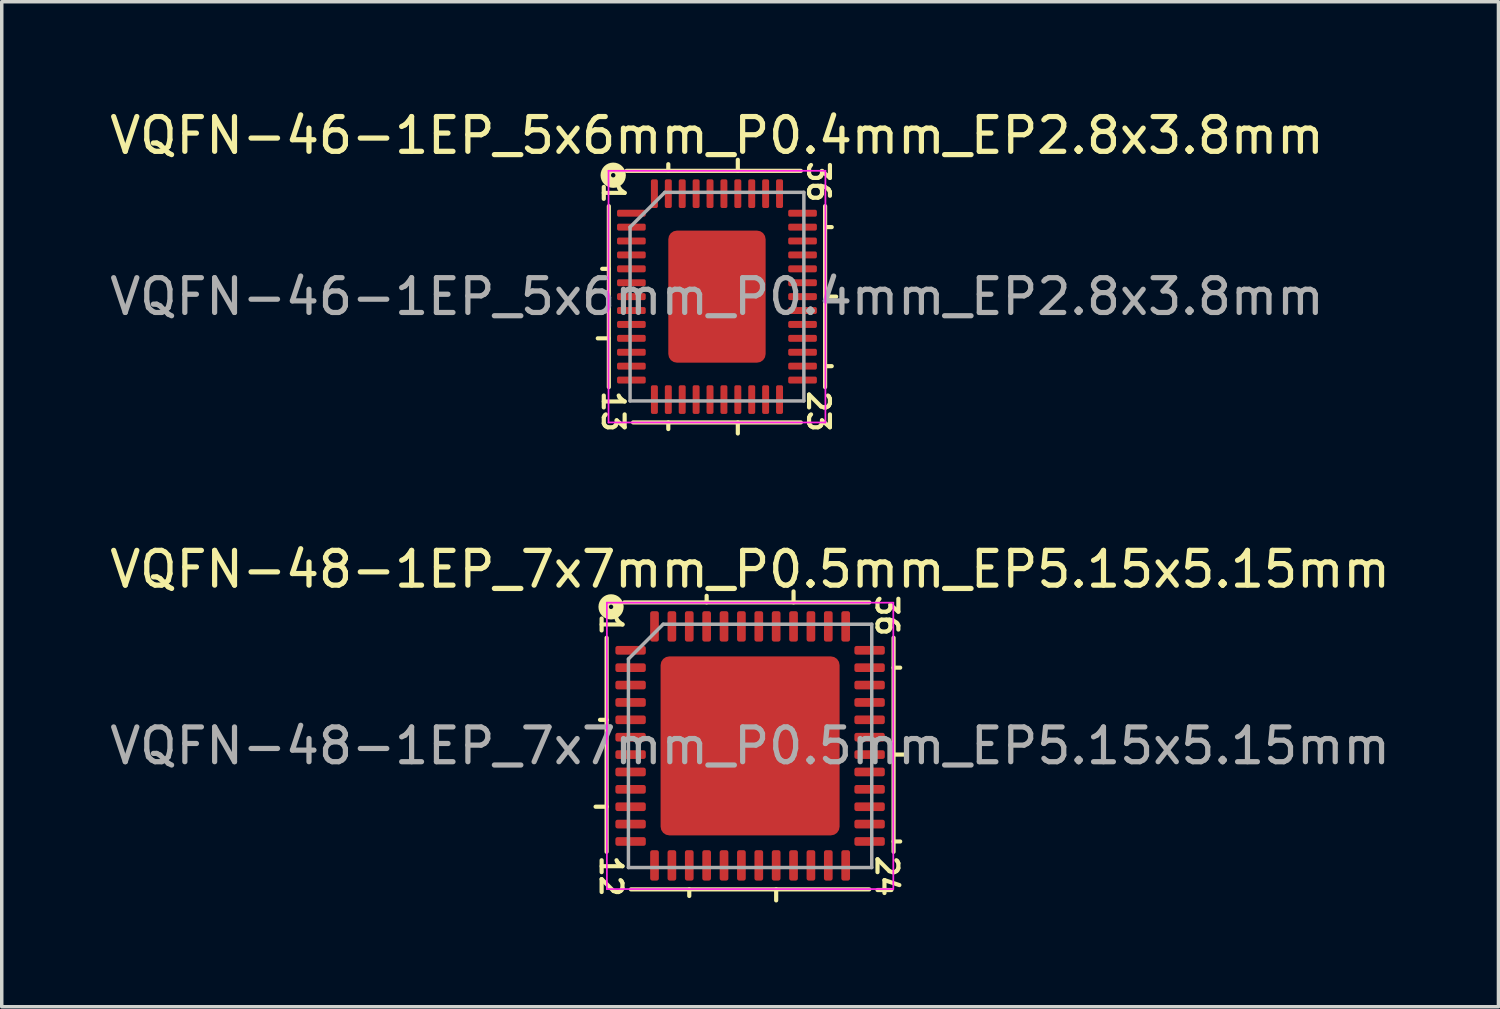
<source format=kicad_pcb>
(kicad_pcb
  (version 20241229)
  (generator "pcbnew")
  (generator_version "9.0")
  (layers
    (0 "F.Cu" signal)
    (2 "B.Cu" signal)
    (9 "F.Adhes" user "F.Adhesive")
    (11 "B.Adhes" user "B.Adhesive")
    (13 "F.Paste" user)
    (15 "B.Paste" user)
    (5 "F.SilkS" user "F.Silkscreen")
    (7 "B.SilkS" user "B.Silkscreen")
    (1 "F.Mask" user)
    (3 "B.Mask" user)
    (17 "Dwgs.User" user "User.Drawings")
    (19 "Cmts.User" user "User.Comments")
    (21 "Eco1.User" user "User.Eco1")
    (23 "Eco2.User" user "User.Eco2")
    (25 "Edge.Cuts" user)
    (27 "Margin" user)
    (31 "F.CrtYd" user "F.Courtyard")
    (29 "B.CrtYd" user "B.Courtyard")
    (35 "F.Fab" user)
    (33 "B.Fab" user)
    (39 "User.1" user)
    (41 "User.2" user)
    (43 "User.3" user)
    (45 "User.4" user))
  (footprint "VQFN-48-1EP_7x7mm_P0.5mm_EP5.15x5.15mm"
    (layer "F.Cu")
    (at 18.53 18.409)
    (property "Reference" "VQFN-48-1EP_7x7mm_P0.5mm_EP5.15x5.15mm" (at 0 -5.08 0) (layer "F.SilkS") (effects (font (size 1 1) (thickness 0.15))))
    (attr smd)
    (fp_line (start -4.128 -3.111) (end -4.128 3.048) (stroke (width 0.12) (type solid)) (layer "F.SilkS"))
    (fp_line (start -4.128 -0.75) (end -4.318 -0.75) (stroke (width 0.12) (type solid)) (layer "F.SilkS"))
    (fp_line (start -4.128 1.75) (end -4.445 1.75) (stroke (width 0.12) (type solid)) (layer "F.SilkS"))
    (fp_line (start -3.429 4.128) (end 3.429 4.128) (stroke (width 0.12) (type solid)) (layer "F.SilkS"))
    (fp_line (start -1.75 4.128) (end -1.75 4.318) (stroke (width 0.12) (type solid)) (layer "F.SilkS"))
    (fp_line (start -1.25 -4.128) (end -1.25 -4.318) (stroke (width 0.12) (type solid)) (layer "F.SilkS"))
    (fp_line (start 0.75 4.128) (end 0.75 4.445) (stroke (width 0.12) (type solid)) (layer "F.SilkS"))
    (fp_line (start 1.25 -4.128) (end 1.25 -4.445) (stroke (width 0.12) (type solid)) (layer "F.SilkS"))
    (fp_line (start 3.429 -4.128) (end -3.619 -4.128) (stroke (width 0.12) (type solid)) (layer "F.SilkS"))
    (fp_line (start 4.128 -2.25) (end 4.318 -2.25) (stroke (width 0.12) (type solid)) (layer "F.SilkS"))
    (fp_line (start 4.128 0.25) (end 4.445 0.25) (stroke (width 0.12) (type solid)) (layer "F.SilkS"))
    (fp_line (start 4.128 2.75) (end 4.318 2.75) (stroke (width 0.12) (type solid)) (layer "F.SilkS"))
    (fp_line (start 4.128 3.048) (end 4.128 -3.111) (stroke (width 0.12) (type solid)) (layer "F.SilkS"))
    (fp_circle (center -4 -4) (end -3.937 -4) (stroke (width 0.3) (type solid)) (fill no) (layer "F.SilkS"))
    (fp_line (start -4.12 -4.12) (end -4.12 4.12) (stroke (width 0.05) (type solid)) (layer "F.CrtYd"))
    (fp_line (start -4.12 4.12) (end 4.12 4.12) (stroke (width 0.05) (type solid)) (layer "F.CrtYd"))
    (fp_line (start 4.12 -4.12) (end -4.12 -4.12) (stroke (width 0.05) (type solid)) (layer "F.CrtYd"))
    (fp_line (start 4.12 4.12) (end 4.12 -4.12) (stroke (width 0.05) (type solid)) (layer "F.CrtYd"))
    (fp_line (start -3.5 -2.5) (end -2.5 -3.5) (stroke (width 0.1) (type solid)) (layer "F.Fab"))
    (fp_line (start -3.5 3.5) (end -3.5 -2.5) (stroke (width 0.1) (type solid)) (layer "F.Fab"))
    (fp_line (start -2.5 -3.5) (end 3.5 -3.5) (stroke (width 0.1) (type solid)) (layer "F.Fab"))
    (fp_line (start 3.5 -3.5) (end 3.5 3.5) (stroke (width 0.1) (type solid)) (layer "F.Fab"))
    (fp_line (start 3.5 3.5) (end -3.5 3.5) (stroke (width 0.1) (type solid)) (layer "F.Fab"))
    (fp_text user "1" (at -4 -3.493 270) (unlocked yes) (layer "F.SilkS") (effects (font (size 0.6 0.6) (thickness 0.12))))
    (fp_text user "36" (at 3.937 -3.747 270) (unlocked yes) (layer "F.SilkS") (effects (font (size 0.6 0.6) (thickness 0.12))))
    (fp_text user "12" (at -4 3.747 270) (unlocked yes) (layer "F.SilkS") (effects (font (size 0.6 0.6) (thickness 0.12))))
    (fp_text user "24" (at 3.937 3.747 270) (unlocked yes) (layer "F.SilkS") (effects (font (size 0.6 0.6) (thickness 0.12))))
    (fp_text user "${REFERENCE}" (at 0 0 0) (layer "F.Fab") (effects (font (size 1 1) (thickness 0.15))))
    (pad "" smd roundrect (at -1.29 -1.29) (size 2.08 2.08) (layers "F.Paste") (roundrect_rratio 0.12))
    (pad "" smd roundrect (at -1.29 1.29) (size 2.08 2.08) (layers "F.Paste") (roundrect_rratio 0.12))
    (pad "" smd roundrect (at 1.29 -1.29) (size 2.08 2.08) (layers "F.Paste") (roundrect_rratio 0.12))
    (pad "" smd roundrect (at 1.29 1.29) (size 2.08 2.08) (layers "F.Paste") (roundrect_rratio 0.12))
    (pad "1" smd roundrect (at -3.438 -2.75) (size 0.875 0.25) (layers "F.Cu" "F.Mask" "F.Paste") (roundrect_rratio 0.25))
    (pad "2" smd roundrect (at -3.438 -2.25) (size 0.875 0.25) (layers "F.Cu" "F.Mask" "F.Paste") (roundrect_rratio 0.25))
    (pad "3" smd roundrect (at -3.438 -1.75) (size 0.875 0.25) (layers "F.Cu" "F.Mask" "F.Paste") (roundrect_rratio 0.25))
    (pad "4" smd roundrect (at -3.438 -1.25) (size 0.875 0.25) (layers "F.Cu" "F.Mask" "F.Paste") (roundrect_rratio 0.25))
    (pad "5" smd roundrect (at -3.438 -0.75) (size 0.875 0.25) (layers "F.Cu" "F.Mask" "F.Paste") (roundrect_rratio 0.25))
    (pad "6" smd roundrect (at -3.438 -0.25) (size 0.875 0.25) (layers "F.Cu" "F.Mask" "F.Paste") (roundrect_rratio 0.25))
    (pad "7" smd roundrect (at -3.438 0.25) (size 0.875 0.25) (layers "F.Cu" "F.Mask" "F.Paste") (roundrect_rratio 0.25))
    (pad "8" smd roundrect (at -3.438 0.75) (size 0.875 0.25) (layers "F.Cu" "F.Mask" "F.Paste") (roundrect_rratio 0.25))
    (pad "9" smd roundrect (at -3.438 1.25) (size 0.875 0.25) (layers "F.Cu" "F.Mask" "F.Paste") (roundrect_rratio 0.25))
    (pad "10" smd roundrect (at -3.438 1.75) (size 0.875 0.25) (layers "F.Cu" "F.Mask" "F.Paste") (roundrect_rratio 0.25))
    (pad "11" smd roundrect (at -3.438 2.25) (size 0.875 0.25) (layers "F.Cu" "F.Mask" "F.Paste") (roundrect_rratio 0.25))
    (pad "12" smd roundrect (at -3.438 2.75) (size 0.875 0.25) (layers "F.Cu" "F.Mask" "F.Paste") (roundrect_rratio 0.25))
    (pad "13" smd roundrect (at -2.75 3.438) (size 0.25 0.875) (layers "F.Cu" "F.Mask" "F.Paste") (roundrect_rratio 0.25))
    (pad "14" smd roundrect (at -2.25 3.438) (size 0.25 0.875) (layers "F.Cu" "F.Mask" "F.Paste") (roundrect_rratio 0.25))
    (pad "15" smd roundrect (at -1.75 3.438) (size 0.25 0.875) (layers "F.Cu" "F.Mask" "F.Paste") (roundrect_rratio 0.25))
    (pad "16" smd roundrect (at -1.25 3.438) (size 0.25 0.875) (layers "F.Cu" "F.Mask" "F.Paste") (roundrect_rratio 0.25))
    (pad "17" smd roundrect (at -0.75 3.438) (size 0.25 0.875) (layers "F.Cu" "F.Mask" "F.Paste") (roundrect_rratio 0.25))
    (pad "18" smd roundrect (at -0.25 3.438) (size 0.25 0.875) (layers "F.Cu" "F.Mask" "F.Paste") (roundrect_rratio 0.25))
    (pad "19" smd roundrect (at 0.25 3.438) (size 0.25 0.875) (layers "F.Cu" "F.Mask" "F.Paste") (roundrect_rratio 0.25))
    (pad "20" smd roundrect (at 0.75 3.438) (size 0.25 0.875) (layers "F.Cu" "F.Mask" "F.Paste") (roundrect_rratio 0.25))
    (pad "21" smd roundrect (at 1.25 3.438) (size 0.25 0.875) (layers "F.Cu" "F.Mask" "F.Paste") (roundrect_rratio 0.25))
    (pad "22" smd roundrect (at 1.75 3.438) (size 0.25 0.875) (layers "F.Cu" "F.Mask" "F.Paste") (roundrect_rratio 0.25))
    (pad "23" smd roundrect (at 2.25 3.438) (size 0.25 0.875) (layers "F.Cu" "F.Mask" "F.Paste") (roundrect_rratio 0.25))
    (pad "24" smd roundrect (at 2.75 3.438) (size 0.25 0.875) (layers "F.Cu" "F.Mask" "F.Paste") (roundrect_rratio 0.25))
    (pad "25" smd roundrect (at 3.438 2.75) (size 0.875 0.25) (layers "F.Cu" "F.Mask" "F.Paste") (roundrect_rratio 0.25))
    (pad "26" smd roundrect (at 3.438 2.25) (size 0.875 0.25) (layers "F.Cu" "F.Mask" "F.Paste") (roundrect_rratio 0.25))
    (pad "27" smd roundrect (at 3.438 1.75) (size 0.875 0.25) (layers "F.Cu" "F.Mask" "F.Paste") (roundrect_rratio 0.25))
    (pad "28" smd roundrect (at 3.438 1.25) (size 0.875 0.25) (layers "F.Cu" "F.Mask" "F.Paste") (roundrect_rratio 0.25))
    (pad "29" smd roundrect (at 3.438 0.75) (size 0.875 0.25) (layers "F.Cu" "F.Mask" "F.Paste") (roundrect_rratio 0.25))
    (pad "30" smd roundrect (at 3.438 0.25) (size 0.875 0.25) (layers "F.Cu" "F.Mask" "F.Paste") (roundrect_rratio 0.25))
    (pad "31" smd roundrect (at 3.438 -0.25) (size 0.875 0.25) (layers "F.Cu" "F.Mask" "F.Paste") (roundrect_rratio 0.25))
    (pad "32" smd roundrect (at 3.438 -0.75) (size 0.875 0.25) (layers "F.Cu" "F.Mask" "F.Paste") (roundrect_rratio 0.25))
    (pad "33" smd roundrect (at 3.438 -1.25) (size 0.875 0.25) (layers "F.Cu" "F.Mask" "F.Paste") (roundrect_rratio 0.25))
    (pad "34" smd roundrect (at 3.438 -1.75) (size 0.875 0.25) (layers "F.Cu" "F.Mask" "F.Paste") (roundrect_rratio 0.25))
    (pad "35" smd roundrect (at 3.438 -2.25) (size 0.875 0.25) (layers "F.Cu" "F.Mask" "F.Paste") (roundrect_rratio 0.25))
    (pad "36" smd roundrect (at 3.438 -2.75) (size 0.875 0.25) (layers "F.Cu" "F.Mask" "F.Paste") (roundrect_rratio 0.25))
    (pad "37" smd roundrect (at 2.75 -3.438) (size 0.25 0.875) (layers "F.Cu" "F.Mask" "F.Paste") (roundrect_rratio 0.25))
    (pad "38" smd roundrect (at 2.25 -3.438) (size 0.25 0.875) (layers "F.Cu" "F.Mask" "F.Paste") (roundrect_rratio 0.25))
    (pad "39" smd roundrect (at 1.75 -3.438) (size 0.25 0.875) (layers "F.Cu" "F.Mask" "F.Paste") (roundrect_rratio 0.25))
    (pad "40" smd roundrect (at 1.25 -3.438) (size 0.25 0.875) (layers "F.Cu" "F.Mask" "F.Paste") (roundrect_rratio 0.25))
    (pad "41" smd roundrect (at 0.75 -3.438) (size 0.25 0.875) (layers "F.Cu" "F.Mask" "F.Paste") (roundrect_rratio 0.25))
    (pad "42" smd roundrect (at 0.25 -3.438) (size 0.25 0.875) (layers "F.Cu" "F.Mask" "F.Paste") (roundrect_rratio 0.25))
    (pad "43" smd roundrect (at -0.25 -3.438) (size 0.25 0.875) (layers "F.Cu" "F.Mask" "F.Paste") (roundrect_rratio 0.25))
    (pad "44" smd roundrect (at -0.75 -3.438) (size 0.25 0.875) (layers "F.Cu" "F.Mask" "F.Paste") (roundrect_rratio 0.25))
    (pad "45" smd roundrect (at -1.25 -3.438) (size 0.25 0.875) (layers "F.Cu" "F.Mask" "F.Paste") (roundrect_rratio 0.25))
    (pad "46" smd roundrect (at -1.75 -3.438) (size 0.25 0.875) (layers "F.Cu" "F.Mask" "F.Paste") (roundrect_rratio 0.25))
    (pad "47" smd roundrect (at -2.25 -3.438) (size 0.25 0.875) (layers "F.Cu" "F.Mask" "F.Paste") (roundrect_rratio 0.25))
    (pad "48" smd roundrect (at -2.75 -3.438) (size 0.25 0.875) (layers "F.Cu" "F.Mask" "F.Paste") (roundrect_rratio 0.25))
    (pad "49" smd roundrect (at 0 0) (size 5.15 5.15) (layers "F.Cu" "F.Mask") (roundrect_rratio 0.049)))
  (footprint "VQFN-46-1EP_5x6mm_P0.4mm_EP2.8x3.8mm"
    (layer "F.Cu")
    (at 17.577 5.484)
    (property "Reference" "VQFN-46-1EP_5x6mm_P0.4mm_EP2.8x3.8mm" (at 0 -4.636 0) (layer "F.SilkS") (effects (font (size 1 1) (thickness 0.15))))
    (attr smd)
    (fp_line (start -3.111 -2.603) (end -3.111 2.603) (stroke (width 0.12) (type solid)) (layer "F.SilkS"))
    (fp_line (start -3.111 -0.8) (end -3.302 -0.8) (stroke (width 0.12) (type solid)) (layer "F.SilkS"))
    (fp_line (start -3.111 1.2) (end -3.429 1.2) (stroke (width 0.12) (type solid)) (layer "F.SilkS"))
    (fp_line (start -2.413 3.619) (end 2.413 3.619) (stroke (width 0.12) (type solid)) (layer "F.SilkS"))
    (fp_line (start -1.4 -3.619) (end -1.4 -3.81) (stroke (width 0.12) (type solid)) (layer "F.SilkS"))
    (fp_line (start -1.4 3.619) (end -1.4 3.81) (stroke (width 0.12) (type solid)) (layer "F.SilkS"))
    (fp_line (start 0.6 -3.619) (end 0.6 -3.937) (stroke (width 0.12) (type solid)) (layer "F.SilkS"))
    (fp_line (start 0.6 3.619) (end 0.6 3.937) (stroke (width 0.12) (type solid)) (layer "F.SilkS"))
    (fp_line (start 2.413 -3.619) (end -2.603 -3.619) (stroke (width 0.12) (type solid)) (layer "F.SilkS"))
    (fp_line (start 3.111 -2) (end 3.302 -2) (stroke (width 0.12) (type solid)) (layer "F.SilkS"))
    (fp_line (start 3.111 0) (end 3.429 0) (stroke (width 0.12) (type solid)) (layer "F.SilkS"))
    (fp_line (start 3.111 2) (end 3.302 2) (stroke (width 0.12) (type solid)) (layer "F.SilkS"))
    (fp_line (start 3.111 2.603) (end 3.111 -2.603) (stroke (width 0.12) (type solid)) (layer "F.SilkS"))
    (fp_circle (center -2.985 -3.493) (end -2.921 -3.493) (stroke (width 0.3) (type solid)) (fill no) (layer "F.SilkS"))
    (fp_line (start -3.12 -3.62) (end -3.12 3.62) (stroke (width 0.05) (type solid)) (layer "F.CrtYd"))
    (fp_line (start -3.12 3.62) (end 3.12 3.62) (stroke (width 0.05) (type solid)) (layer "F.CrtYd"))
    (fp_line (start 3.12 -3.62) (end -3.12 -3.62) (stroke (width 0.05) (type solid)) (layer "F.CrtYd"))
    (fp_line (start 3.12 3.62) (end 3.12 -3.62) (stroke (width 0.05) (type solid)) (layer "F.CrtYd"))
    (fp_line (start -2.5 -2) (end -1.5 -3) (stroke (width 0.1) (type solid)) (layer "F.Fab"))
    (fp_line (start -2.5 3) (end -2.5 -2) (stroke (width 0.1) (type solid)) (layer "F.Fab"))
    (fp_line (start -1.5 -3) (end 2.5 -3) (stroke (width 0.1) (type solid)) (layer "F.Fab"))
    (fp_line (start 2.5 -3) (end 2.5 3) (stroke (width 0.1) (type solid)) (layer "F.Fab"))
    (fp_line (start 2.5 3) (end -2.5 3) (stroke (width 0.1) (type solid)) (layer "F.Fab"))
    (fp_text user "13" (at -2.985 3.302 270) (unlocked yes) (layer "F.SilkS") (effects (font (size 0.6 0.6) (thickness 0.12))))
    (fp_text user "36" (at 2.921 -3.302 270) (unlocked yes) (layer "F.SilkS") (effects (font (size 0.6 0.6) (thickness 0.12))))
    (fp_text user "23" (at 2.921 3.302 270) (unlocked yes) (layer "F.SilkS") (effects (font (size 0.6 0.6) (thickness 0.12))))
    (fp_text user "1" (at -2.985 -2.985 270) (unlocked yes) (layer "F.SilkS") (effects (font (size 0.6 0.6) (thickness 0.12))))
    (fp_text user "${REFERENCE}" (at 0 0 0) (layer "F.Fab") (effects (font (size 1 1) (thickness 0.15))))
    (pad "" smd roundrect (at -0.7 -1.27) (size 1.13 1.02) (layers "F.Paste") (roundrect_rratio 0.245))
    (pad "" smd roundrect (at -0.7 0) (size 1.13 1.02) (layers "F.Paste") (roundrect_rratio 0.245))
    (pad "" smd roundrect (at -0.7 1.27) (size 1.13 1.02) (layers "F.Paste") (roundrect_rratio 0.245))
    (pad "" smd roundrect (at 0.7 -1.27) (size 1.13 1.02) (layers "F.Paste") (roundrect_rratio 0.245))
    (pad "" smd roundrect (at 0.7 0) (size 1.13 1.02) (layers "F.Paste") (roundrect_rratio 0.245))
    (pad "" smd roundrect (at 0.7 1.27) (size 1.13 1.02) (layers "F.Paste") (roundrect_rratio 0.245))
    (pad "1" smd roundrect (at -2.462 -2.4) (size 0.825 0.2) (layers "F.Cu" "F.Mask" "F.Paste") (roundrect_rratio 0.25))
    (pad "2" smd roundrect (at -2.462 -2) (size 0.825 0.2) (layers "F.Cu" "F.Mask" "F.Paste") (roundrect_rratio 0.25))
    (pad "3" smd roundrect (at -2.462 -1.6) (size 0.825 0.2) (layers "F.Cu" "F.Mask" "F.Paste") (roundrect_rratio 0.25))
    (pad "4" smd roundrect (at -2.462 -1.2) (size 0.825 0.2) (layers "F.Cu" "F.Mask" "F.Paste") (roundrect_rratio 0.25))
    (pad "5" smd roundrect (at -2.462 -0.8) (size 0.825 0.2) (layers "F.Cu" "F.Mask" "F.Paste") (roundrect_rratio 0.25))
    (pad "6" smd roundrect (at -2.462 -0.4) (size 0.825 0.2) (layers "F.Cu" "F.Mask" "F.Paste") (roundrect_rratio 0.25))
    (pad "7" smd roundrect (at -2.462 0) (size 0.825 0.2) (layers "F.Cu" "F.Mask" "F.Paste") (roundrect_rratio 0.25))
    (pad "8" smd roundrect (at -2.462 0.4) (size 0.825 0.2) (layers "F.Cu" "F.Mask" "F.Paste") (roundrect_rratio 0.25))
    (pad "9" smd roundrect (at -2.462 0.8) (size 0.825 0.2) (layers "F.Cu" "F.Mask" "F.Paste") (roundrect_rratio 0.25))
    (pad "10" smd roundrect (at -2.462 1.2) (size 0.825 0.2) (layers "F.Cu" "F.Mask" "F.Paste") (roundrect_rratio 0.25))
    (pad "11" smd roundrect (at -2.462 1.6) (size 0.825 0.2) (layers "F.Cu" "F.Mask" "F.Paste") (roundrect_rratio 0.25))
    (pad "12" smd roundrect (at -2.462 2) (size 0.825 0.2) (layers "F.Cu" "F.Mask" "F.Paste") (roundrect_rratio 0.25))
    (pad "13" smd roundrect (at -2.462 2.4) (size 0.825 0.2) (layers "F.Cu" "F.Mask" "F.Paste") (roundrect_rratio 0.25))
    (pad "14" smd roundrect (at -1.8 2.962) (size 0.2 0.825) (layers "F.Cu" "F.Mask" "F.Paste") (roundrect_rratio 0.25))
    (pad "15" smd roundrect (at -1.4 2.962) (size 0.2 0.825) (layers "F.Cu" "F.Mask" "F.Paste") (roundrect_rratio 0.25))
    (pad "16" smd roundrect (at -1 2.962) (size 0.2 0.825) (layers "F.Cu" "F.Mask" "F.Paste") (roundrect_rratio 0.25))
    (pad "17" smd roundrect (at -0.6 2.962) (size 0.2 0.825) (layers "F.Cu" "F.Mask" "F.Paste") (roundrect_rratio 0.25))
    (pad "18" smd roundrect (at -0.2 2.962) (size 0.2 0.825) (layers "F.Cu" "F.Mask" "F.Paste") (roundrect_rratio 0.25))
    (pad "19" smd roundrect (at 0.2 2.962) (size 0.2 0.825) (layers "F.Cu" "F.Mask" "F.Paste") (roundrect_rratio 0.25))
    (pad "20" smd roundrect (at 0.6 2.962) (size 0.2 0.825) (layers "F.Cu" "F.Mask" "F.Paste") (roundrect_rratio 0.25))
    (pad "21" smd roundrect (at 1 2.962) (size 0.2 0.825) (layers "F.Cu" "F.Mask" "F.Paste") (roundrect_rratio 0.25))
    (pad "22" smd roundrect (at 1.4 2.962) (size 0.2 0.825) (layers "F.Cu" "F.Mask" "F.Paste") (roundrect_rratio 0.25))
    (pad "23" smd roundrect (at 1.8 2.962) (size 0.2 0.825) (layers "F.Cu" "F.Mask" "F.Paste") (roundrect_rratio 0.25))
    (pad "24" smd roundrect (at 2.462 2.4) (size 0.825 0.2) (layers "F.Cu" "F.Mask" "F.Paste") (roundrect_rratio 0.25))
    (pad "25" smd roundrect (at 2.462 2) (size 0.825 0.2) (layers "F.Cu" "F.Mask" "F.Paste") (roundrect_rratio 0.25))
    (pad "26" smd roundrect (at 2.462 1.6) (size 0.825 0.2) (layers "F.Cu" "F.Mask" "F.Paste") (roundrect_rratio 0.25))
    (pad "27" smd roundrect (at 2.462 1.2) (size 0.825 0.2) (layers "F.Cu" "F.Mask" "F.Paste") (roundrect_rratio 0.25))
    (pad "28" smd roundrect (at 2.462 0.8) (size 0.825 0.2) (layers "F.Cu" "F.Mask" "F.Paste") (roundrect_rratio 0.25))
    (pad "29" smd roundrect (at 2.462 0.4) (size 0.825 0.2) (layers "F.Cu" "F.Mask" "F.Paste") (roundrect_rratio 0.25))
    (pad "30" smd roundrect (at 2.462 0) (size 0.825 0.2) (layers "F.Cu" "F.Mask" "F.Paste") (roundrect_rratio 0.25))
    (pad "31" smd roundrect (at 2.462 -0.4) (size 0.825 0.2) (layers "F.Cu" "F.Mask" "F.Paste") (roundrect_rratio 0.25))
    (pad "32" smd roundrect (at 2.462 -0.8) (size 0.825 0.2) (layers "F.Cu" "F.Mask" "F.Paste") (roundrect_rratio 0.25))
    (pad "33" smd roundrect (at 2.462 -1.2) (size 0.825 0.2) (layers "F.Cu" "F.Mask" "F.Paste") (roundrect_rratio 0.25))
    (pad "34" smd roundrect (at 2.462 -1.6) (size 0.825 0.2) (layers "F.Cu" "F.Mask" "F.Paste") (roundrect_rratio 0.25))
    (pad "35" smd roundrect (at 2.462 -2) (size 0.825 0.2) (layers "F.Cu" "F.Mask" "F.Paste") (roundrect_rratio 0.25))
    (pad "36" smd roundrect (at 2.462 -2.4) (size 0.825 0.2) (layers "F.Cu" "F.Mask" "F.Paste") (roundrect_rratio 0.25))
    (pad "37" smd roundrect (at 1.8 -2.962) (size 0.2 0.825) (layers "F.Cu" "F.Mask" "F.Paste") (roundrect_rratio 0.25))
    (pad "38" smd roundrect (at 1.4 -2.962) (size 0.2 0.825) (layers "F.Cu" "F.Mask" "F.Paste") (roundrect_rratio 0.25))
    (pad "39" smd roundrect (at 1 -2.962) (size 0.2 0.825) (layers "F.Cu" "F.Mask" "F.Paste") (roundrect_rratio 0.25))
    (pad "40" smd roundrect (at 0.6 -2.962) (size 0.2 0.825) (layers "F.Cu" "F.Mask" "F.Paste") (roundrect_rratio 0.25))
    (pad "41" smd roundrect (at 0.2 -2.962) (size 0.2 0.825) (layers "F.Cu" "F.Mask" "F.Paste") (roundrect_rratio 0.25))
    (pad "42" smd roundrect (at -0.2 -2.962) (size 0.2 0.825) (layers "F.Cu" "F.Mask" "F.Paste") (roundrect_rratio 0.25))
    (pad "43" smd roundrect (at -0.6 -2.962) (size 0.2 0.825) (layers "F.Cu" "F.Mask" "F.Paste") (roundrect_rratio 0.25))
    (pad "44" smd roundrect (at -1 -2.962) (size 0.2 0.825) (layers "F.Cu" "F.Mask" "F.Paste") (roundrect_rratio 0.25))
    (pad "45" smd roundrect (at -1.4 -2.962) (size 0.2 0.825) (layers "F.Cu" "F.Mask" "F.Paste") (roundrect_rratio 0.25))
    (pad "46" smd roundrect (at -1.8 -2.962) (size 0.2 0.825) (layers "F.Cu" "F.Mask" "F.Paste") (roundrect_rratio 0.25))
    (pad "47" smd roundrect (at 0 0) (size 2.8 3.8) (layers "F.Cu" "F.Mask") (roundrect_rratio 0.089)))
  (gr_rect
    (start -3 -3)
    (end 40.06 25.914)
    (stroke (width 0.1) (type default))
    (fill no)
    (layer "Edge.Cuts")))
</source>
